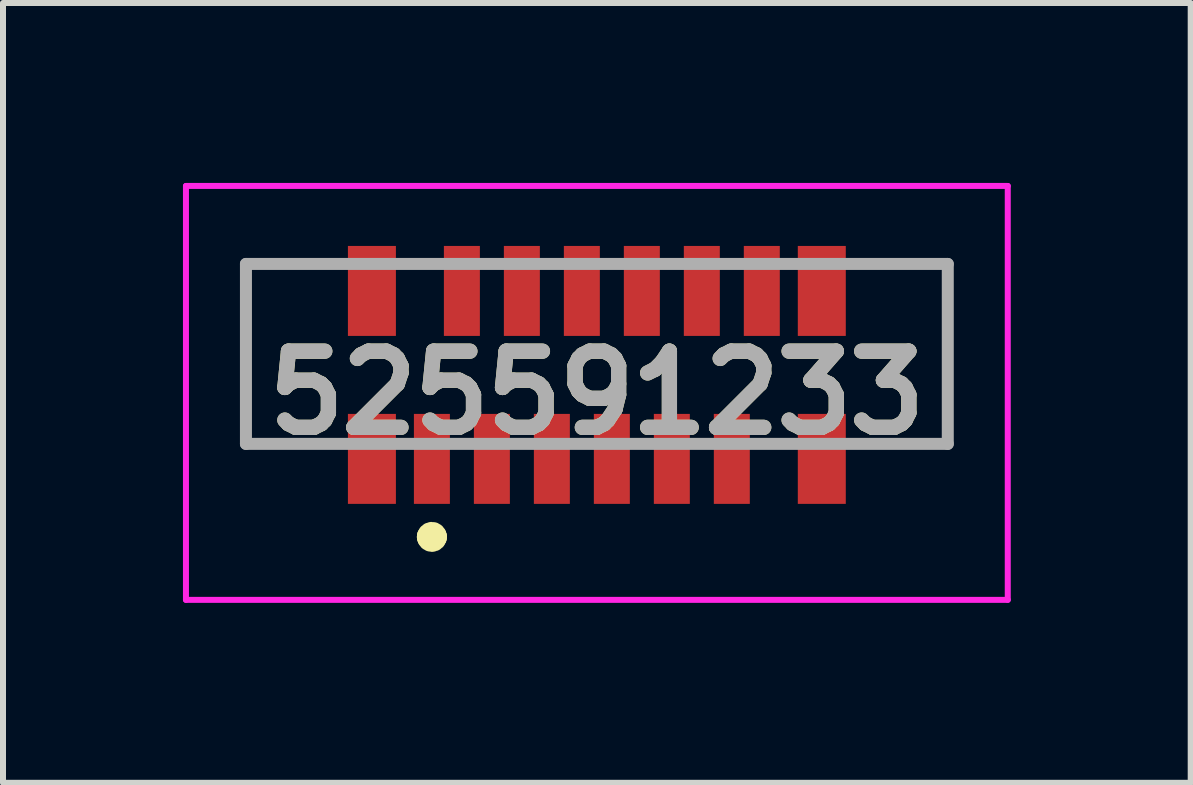
<source format=kicad_pcb>
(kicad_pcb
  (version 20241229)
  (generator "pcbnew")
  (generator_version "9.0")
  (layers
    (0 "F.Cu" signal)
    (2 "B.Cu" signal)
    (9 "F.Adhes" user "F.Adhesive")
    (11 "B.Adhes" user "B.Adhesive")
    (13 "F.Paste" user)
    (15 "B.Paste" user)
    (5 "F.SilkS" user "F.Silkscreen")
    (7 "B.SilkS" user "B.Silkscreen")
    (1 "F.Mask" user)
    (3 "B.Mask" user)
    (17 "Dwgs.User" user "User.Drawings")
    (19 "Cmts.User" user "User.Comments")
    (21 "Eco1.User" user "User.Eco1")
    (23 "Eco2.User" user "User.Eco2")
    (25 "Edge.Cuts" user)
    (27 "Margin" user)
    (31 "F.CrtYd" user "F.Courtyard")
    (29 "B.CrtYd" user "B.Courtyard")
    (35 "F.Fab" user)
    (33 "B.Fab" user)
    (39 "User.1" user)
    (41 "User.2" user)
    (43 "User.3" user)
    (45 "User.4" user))
  (footprint "525591233"
    (layer "F.Cu")
    (at 6.9 3.2)
    (property "Reference" "525591233" (at 0 0.3 0) (layer "F.SilkS") (effects (font (size 1.27 1.27) (thickness 0.254))))
    (attr smd)
    (fp_line (start -5.85 -1.85) (end -5.85 1.15) (stroke (width 0.1) (type solid)) (layer "F.SilkS"))
    (fp_line (start -5.85 1.15) (end -5 1.15) (stroke (width 0.1) (type solid)) (layer "F.SilkS"))
    (fp_line (start -5 -1.85) (end -5.85 -1.85) (stroke (width 0.1) (type solid)) (layer "F.SilkS"))
    (fp_line (start -2.8 2.7) (end -2.8 2.7) (stroke (width 0.4) (type solid)) (layer "F.SilkS"))
    (fp_line (start -2.7 2.7) (end -2.7 2.7) (stroke (width 0.4) (type solid)) (layer "F.SilkS"))
    (fp_line (start 5 -1.85) (end 5.85 -1.85) (stroke (width 0.1) (type solid)) (layer "F.SilkS"))
    (fp_line (start 5.85 -1.85) (end 5.85 1.15) (stroke (width 0.1) (type solid)) (layer "F.SilkS"))
    (fp_line (start 5.85 1.15) (end 5 1.15) (stroke (width 0.1) (type solid)) (layer "F.SilkS"))
    (fp_arc (start -2.8 2.7) (mid -2.75 2.65) (end -2.7 2.7) (stroke (width 0.4) (type solid)) (layer "F.SilkS"))
    (fp_arc (start -2.7 2.7) (mid -2.75 2.75) (end -2.8 2.7) (stroke (width 0.4) (type solid)) (layer "F.SilkS"))
    (fp_line (start -6.85 -3.15) (end 6.85 -3.15) (stroke (width 0.1) (type solid)) (layer "F.CrtYd"))
    (fp_line (start -6.85 3.75) (end -6.85 -3.15) (stroke (width 0.1) (type solid)) (layer "F.CrtYd"))
    (fp_line (start 6.85 -3.15) (end 6.85 3.75) (stroke (width 0.1) (type solid)) (layer "F.CrtYd"))
    (fp_line (start 6.85 3.75) (end -6.85 3.75) (stroke (width 0.1) (type solid)) (layer "F.CrtYd"))
    (fp_line (start -5.85 -1.85) (end 5.85 -1.85) (stroke (width 0.2) (type solid)) (layer "F.Fab"))
    (fp_line (start -5.85 1.15) (end -5.85 -1.85) (stroke (width 0.2) (type solid)) (layer "F.Fab"))
    (fp_line (start 5.85 -1.85) (end 5.85 1.15) (stroke (width 0.2) (type solid)) (layer "F.Fab"))
    (fp_line (start 5.85 1.15) (end -5.85 1.15) (stroke (width 0.2) (type solid)) (layer "F.Fab"))
    (fp_text user "${REFERENCE}" (at 0 0.3 0) (layer "F.Fab") (effects (font (size 1.27 1.27) (thickness 0.254))))
    (pad "1" smd rect (at -2.75 1.4) (size 0.6 1.5) (layers "F.Cu" "F.Mask" "F.Paste"))
    (pad "2" smd rect (at -2.25 -1.4) (size 0.6 1.5) (layers "F.Cu" "F.Mask" "F.Paste"))
    (pad "3" smd rect (at -1.75 1.4) (size 0.6 1.5) (layers "F.Cu" "F.Mask" "F.Paste"))
    (pad "4" smd rect (at -1.25 -1.4) (size 0.6 1.5) (layers "F.Cu" "F.Mask" "F.Paste"))
    (pad "5" smd rect (at -0.75 1.4) (size 0.6 1.5) (layers "F.Cu" "F.Mask" "F.Paste"))
    (pad "6" smd rect (at -0.25 -1.4) (size 0.6 1.5) (layers "F.Cu" "F.Mask" "F.Paste"))
    (pad "7" smd rect (at 0.25 1.4) (size 0.6 1.5) (layers "F.Cu" "F.Mask" "F.Paste"))
    (pad "8" smd rect (at 0.75 -1.4) (size 0.6 1.5) (layers "F.Cu" "F.Mask" "F.Paste"))
    (pad "9" smd rect (at 1.25 1.4) (size 0.6 1.5) (layers "F.Cu" "F.Mask" "F.Paste"))
    (pad "10" smd rect (at 1.75 -1.4) (size 0.6 1.5) (layers "F.Cu" "F.Mask" "F.Paste"))
    (pad "11" smd rect (at 2.25 1.4) (size 0.6 1.5) (layers "F.Cu" "F.Mask" "F.Paste"))
    (pad "12" smd rect (at 2.75 -1.4) (size 0.6 1.5) (layers "F.Cu" "F.Mask" "F.Paste"))
    (pad "MP1" smd rect (at -3.75 1.4) (size 0.8 1.5) (layers "F.Cu" "F.Mask" "F.Paste"))
    (pad "MP2" smd rect (at -3.75 -1.4) (size 0.8 1.5) (layers "F.Cu" "F.Mask" "F.Paste"))
    (pad "MP3" smd rect (at 3.75 1.4) (size 0.8 1.5) (layers "F.Cu" "F.Mask" "F.Paste"))
    (pad "MP4" smd rect (at 3.75 -1.4) (size 0.8 1.5) (layers "F.Cu" "F.Mask" "F.Paste")))
  (gr_rect
    (start -3 -3)
    (end 16.8 10)
    (stroke (width 0.1) (type default))
    (fill no)
    (layer "Edge.Cuts")))
</source>
